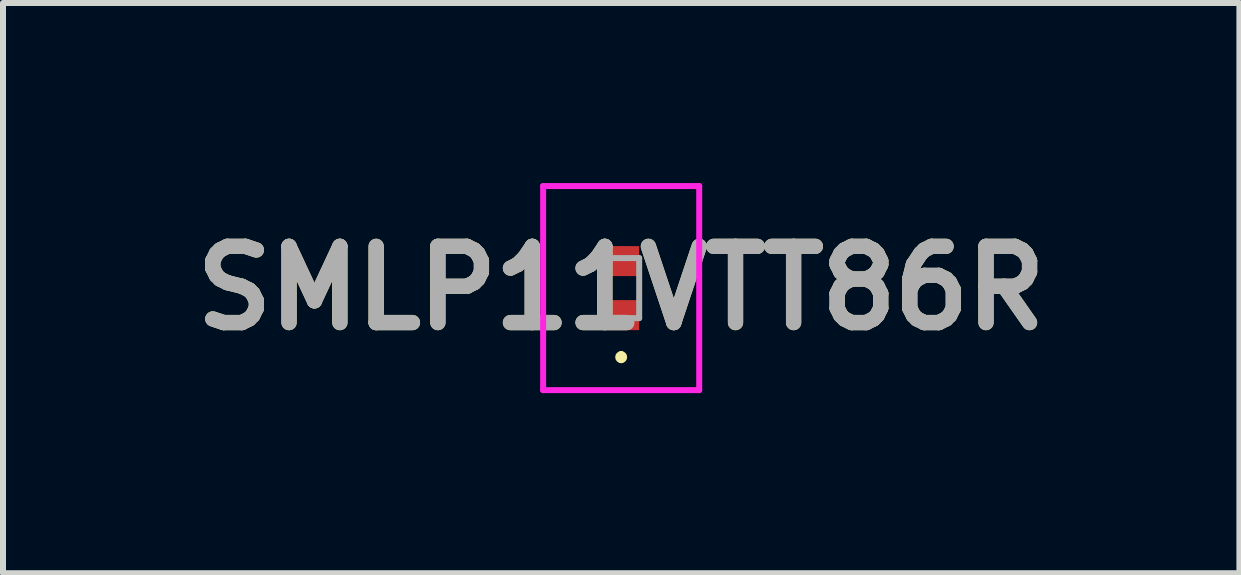
<source format=kicad_pcb>
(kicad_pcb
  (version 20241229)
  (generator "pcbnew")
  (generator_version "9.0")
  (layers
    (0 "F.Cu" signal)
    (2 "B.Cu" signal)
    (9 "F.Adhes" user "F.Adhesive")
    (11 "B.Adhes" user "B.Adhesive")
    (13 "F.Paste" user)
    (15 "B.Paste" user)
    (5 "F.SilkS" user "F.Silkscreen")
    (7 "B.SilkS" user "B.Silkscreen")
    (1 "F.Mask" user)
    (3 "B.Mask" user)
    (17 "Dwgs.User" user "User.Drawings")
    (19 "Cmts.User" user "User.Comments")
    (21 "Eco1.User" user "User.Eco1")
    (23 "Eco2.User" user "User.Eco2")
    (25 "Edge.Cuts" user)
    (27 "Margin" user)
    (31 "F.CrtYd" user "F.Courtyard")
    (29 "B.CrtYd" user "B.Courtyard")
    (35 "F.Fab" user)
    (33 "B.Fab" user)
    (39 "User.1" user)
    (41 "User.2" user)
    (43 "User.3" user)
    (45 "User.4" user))
  (footprint "SMLP11VTT86R"
    (layer "F.Cu")
    (at 7.299 1.75)
    (property "Reference" "SMLP11VTT86R" (at 0 0 0) (layer "F.SilkS") (effects (font (size 1.27 1.27) (thickness 0.254))))
    (attr smd)
    (fp_line (start 0 1.1) (end 0 1.1) (stroke (width 0.1) (type solid)) (layer "F.SilkS"))
    (fp_line (start 0 1.2) (end 0 1.2) (stroke (width 0.1) (type solid)) (layer "F.SilkS"))
    (fp_arc (start 0 1.1) (mid 0.05 1.15) (end 0 1.2) (stroke (width 0.1) (type solid)) (layer "F.SilkS"))
    (fp_arc (start 0 1.2) (mid -0.05 1.15) (end 0 1.1) (stroke (width 0.1) (type solid)) (layer "F.SilkS"))
    (fp_line (start -1.3 -1.7) (end 1.3 -1.7) (stroke (width 0.1) (type solid)) (layer "F.CrtYd"))
    (fp_line (start -1.3 1.7) (end -1.3 -1.7) (stroke (width 0.1) (type solid)) (layer "F.CrtYd"))
    (fp_line (start 1.3 -1.7) (end 1.3 1.7) (stroke (width 0.1) (type solid)) (layer "F.CrtYd"))
    (fp_line (start 1.3 1.7) (end -1.3 1.7) (stroke (width 0.1) (type solid)) (layer "F.CrtYd"))
    (fp_line (start -0.3 -0.5) (end 0.3 -0.5) (stroke (width 0.1) (type solid)) (layer "F.Fab"))
    (fp_line (start -0.3 0.5) (end -0.3 -0.5) (stroke (width 0.1) (type solid)) (layer "F.Fab"))
    (fp_line (start 0.3 -0.5) (end 0.3 0.5) (stroke (width 0.1) (type solid)) (layer "F.Fab"))
    (fp_line (start 0.3 0.5) (end -0.3 0.5) (stroke (width 0.1) (type solid)) (layer "F.Fab"))
    (fp_text user "${REFERENCE}" (at 0 0 0) (layer "F.Fab") (effects (font (size 1.27 1.27) (thickness 0.254))))
    (pad "1" smd rect (at 0 0.45 90) (size 0.5 0.6) (layers "F.Cu" "F.Mask" "F.Paste"))
    (pad "2" smd rect (at 0 -0.45 90) (size 0.5 0.6) (layers "F.Cu" "F.Mask" "F.Paste")))
  (gr_rect
    (start -3 -3)
    (end 17.599 6.5)
    (stroke (width 0.1) (type default))
    (fill no)
    (layer "Edge.Cuts")))
</source>
